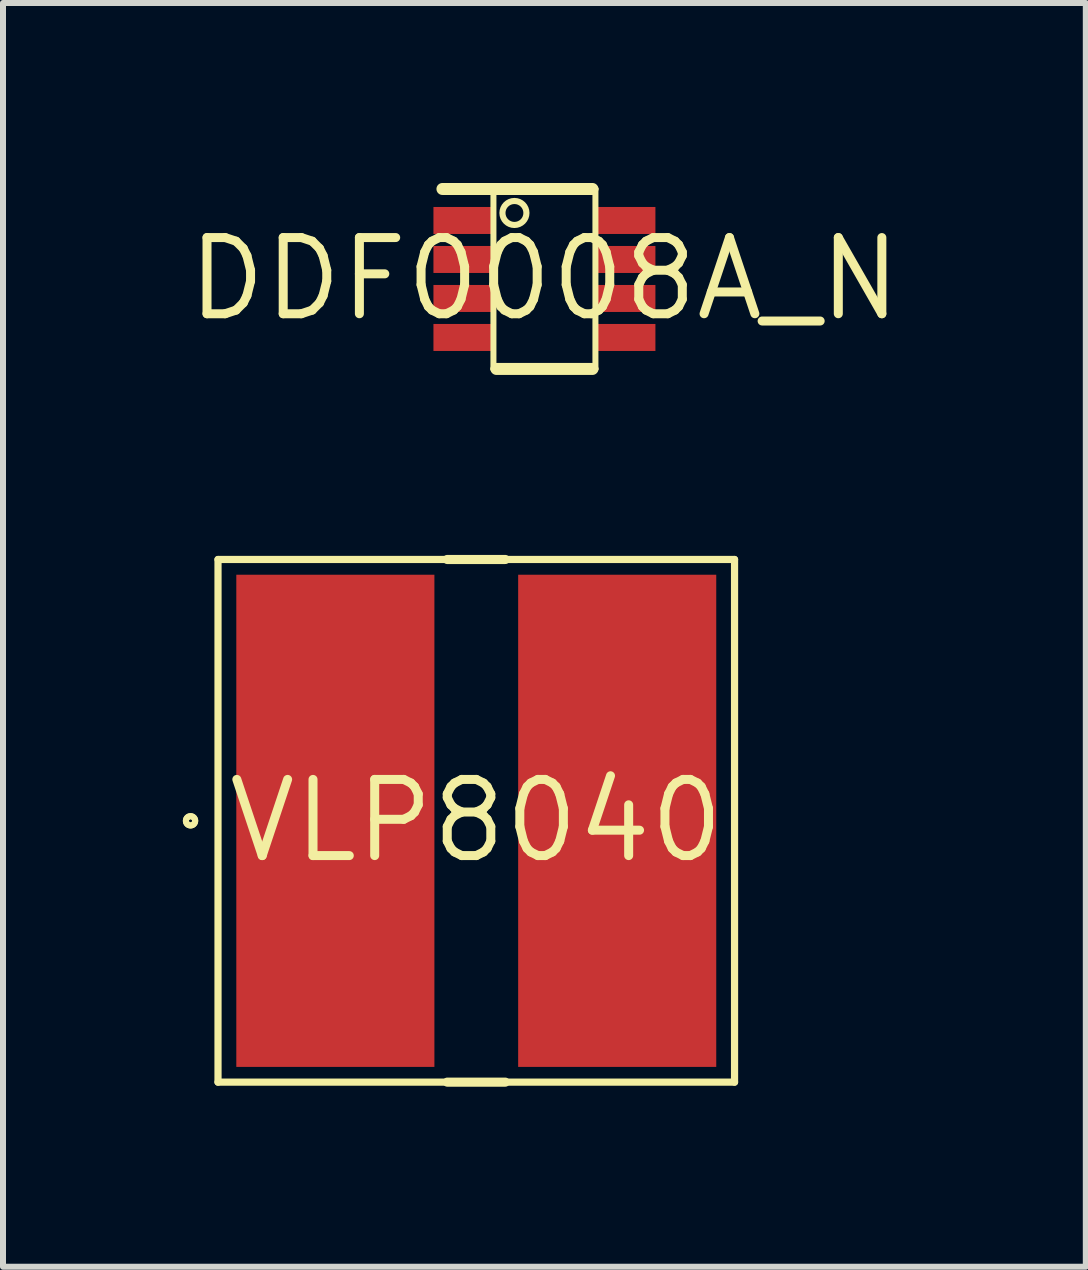
<source format=kicad_pcb>
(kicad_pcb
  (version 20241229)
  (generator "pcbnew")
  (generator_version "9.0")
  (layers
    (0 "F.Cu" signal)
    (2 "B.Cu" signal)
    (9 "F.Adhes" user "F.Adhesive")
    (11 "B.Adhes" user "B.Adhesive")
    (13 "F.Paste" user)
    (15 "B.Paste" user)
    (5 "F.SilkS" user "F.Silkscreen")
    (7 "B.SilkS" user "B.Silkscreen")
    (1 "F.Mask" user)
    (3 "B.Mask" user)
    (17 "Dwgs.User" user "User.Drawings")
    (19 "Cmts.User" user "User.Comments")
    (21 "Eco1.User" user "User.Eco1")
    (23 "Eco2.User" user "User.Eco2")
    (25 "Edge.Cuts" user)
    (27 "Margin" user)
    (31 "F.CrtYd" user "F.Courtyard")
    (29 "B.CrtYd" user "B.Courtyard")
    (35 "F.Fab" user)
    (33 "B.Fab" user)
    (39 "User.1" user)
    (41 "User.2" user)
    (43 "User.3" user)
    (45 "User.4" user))
  (footprint "DDF0008A_N"
    (layer "F.Cu")
    (at 6.025 1.6)
    (property "Reference" "DDF0008A_N" (at 0 0 0) (layer "F.SilkS") (effects (font (size 1.27 1.27) (thickness 0.15))))
    (attr through_hole)
    (fp_line (start -1.7 -1.5) (end 0.8 -1.5) (stroke (width 0.2) (type solid)) (layer "F.SilkS"))
    (fp_line (start -0.85 -1.5) (end 0.85 -1.5) (stroke (width 0.1) (type solid)) (layer "F.SilkS"))
    (fp_line (start -0.85 1.5) (end -0.85 -1.5) (stroke (width 0.1) (type solid)) (layer "F.SilkS"))
    (fp_line (start -0.85 1.5) (end 0.85 1.5) (stroke (width 0.1) (type solid)) (layer "F.SilkS"))
    (fp_line (start -0.8 1.5) (end 0.8 1.5) (stroke (width 0.2) (type solid)) (layer "F.SilkS"))
    (fp_line (start 0.85 1.5) (end 0.85 -1.5) (stroke (width 0.1) (type solid)) (layer "F.SilkS"))
    (fp_circle (center -0.5 -1.1) (end -0.3 -1.1) (stroke (width 0.102) (type solid)) (fill no) (layer "F.SilkS"))
    (pad "1" smd rect (at -1.35 -0.975) (size 1 0.45) (layers "F.Cu" "F.Mask" "F.Paste"))
    (pad "2" smd rect (at -1.35 -0.325) (size 1 0.45) (layers "F.Cu" "F.Mask" "F.Paste"))
    (pad "3" smd rect (at -1.35 0.325) (size 1 0.45) (layers "F.Cu" "F.Mask" "F.Paste"))
    (pad "4" smd rect (at -1.35 0.975) (size 1 0.45) (layers "F.Cu" "F.Mask" "F.Paste"))
    (pad "5" smd rect (at 1.35 0.975) (size 1 0.45) (layers "F.Cu" "F.Mask" "F.Paste"))
    (pad "6" smd rect (at 1.35 0.325) (size 1 0.45) (layers "F.Cu" "F.Mask" "F.Paste"))
    (pad "7" smd rect (at 1.35 -0.325) (size 1 0.45) (layers "F.Cu" "F.Mask" "F.Paste"))
    (pad "8" smd rect (at 1.35 -0.975) (size 1 0.45) (layers "F.Cu" "F.Mask" "F.Paste")))
  (footprint "VLP8040"
    (layer "F.Cu")
    (at 4.889 10.632)
    (property "Reference" "VLP8040" (at 0 0 0) (layer "F.SilkS") (effects (font (size 1.27 1.27) (thickness 0.15))))
    (attr through_hole)
    (fp_line (start -4.305 -4.356) (end -4.305 4.356) (stroke (width 0.12) (type solid)) (layer "F.SilkS"))
    (fp_line (start -4.305 4.356) (end 4.305 4.356) (stroke (width 0.12) (type solid)) (layer "F.SilkS"))
    (fp_line (start -0.484 4.356) (end 0.484 4.356) (stroke (width 0.152) (type solid)) (layer "F.SilkS"))
    (fp_line (start 0.484 -4.356) (end -0.484 -4.356) (stroke (width 0.152) (type solid)) (layer "F.SilkS"))
    (fp_line (start 4.305 -4.356) (end -4.305 -4.356) (stroke (width 0.12) (type solid)) (layer "F.SilkS"))
    (fp_line (start 4.305 4.356) (end 4.305 -4.356) (stroke (width 0.12) (type solid)) (layer "F.SilkS"))
    (fp_circle (center -4.763 0) (end -4.686 0) (stroke (width 0.102) (type solid)) (fill no) (layer "F.SilkS"))
    (fp_circle (center -4.763 0) (end -4.686 0) (stroke (width 0.102) (type solid)) (fill no) (layer "F.SilkS"))
    (pad "1" smd rect (at -2.349 0) (size 3.302 8.204) (layers "F.Cu" "F.Mask" "F.Paste"))
    (pad "2" smd rect (at 2.349 0) (size 3.302 8.204) (layers "F.Cu" "F.Mask" "F.Paste")))
  (gr_rect
    (start -3 -3)
    (end 15.049 18.065)
    (stroke (width 0.1) (type default))
    (fill no)
    (layer "Edge.Cuts")))
</source>
